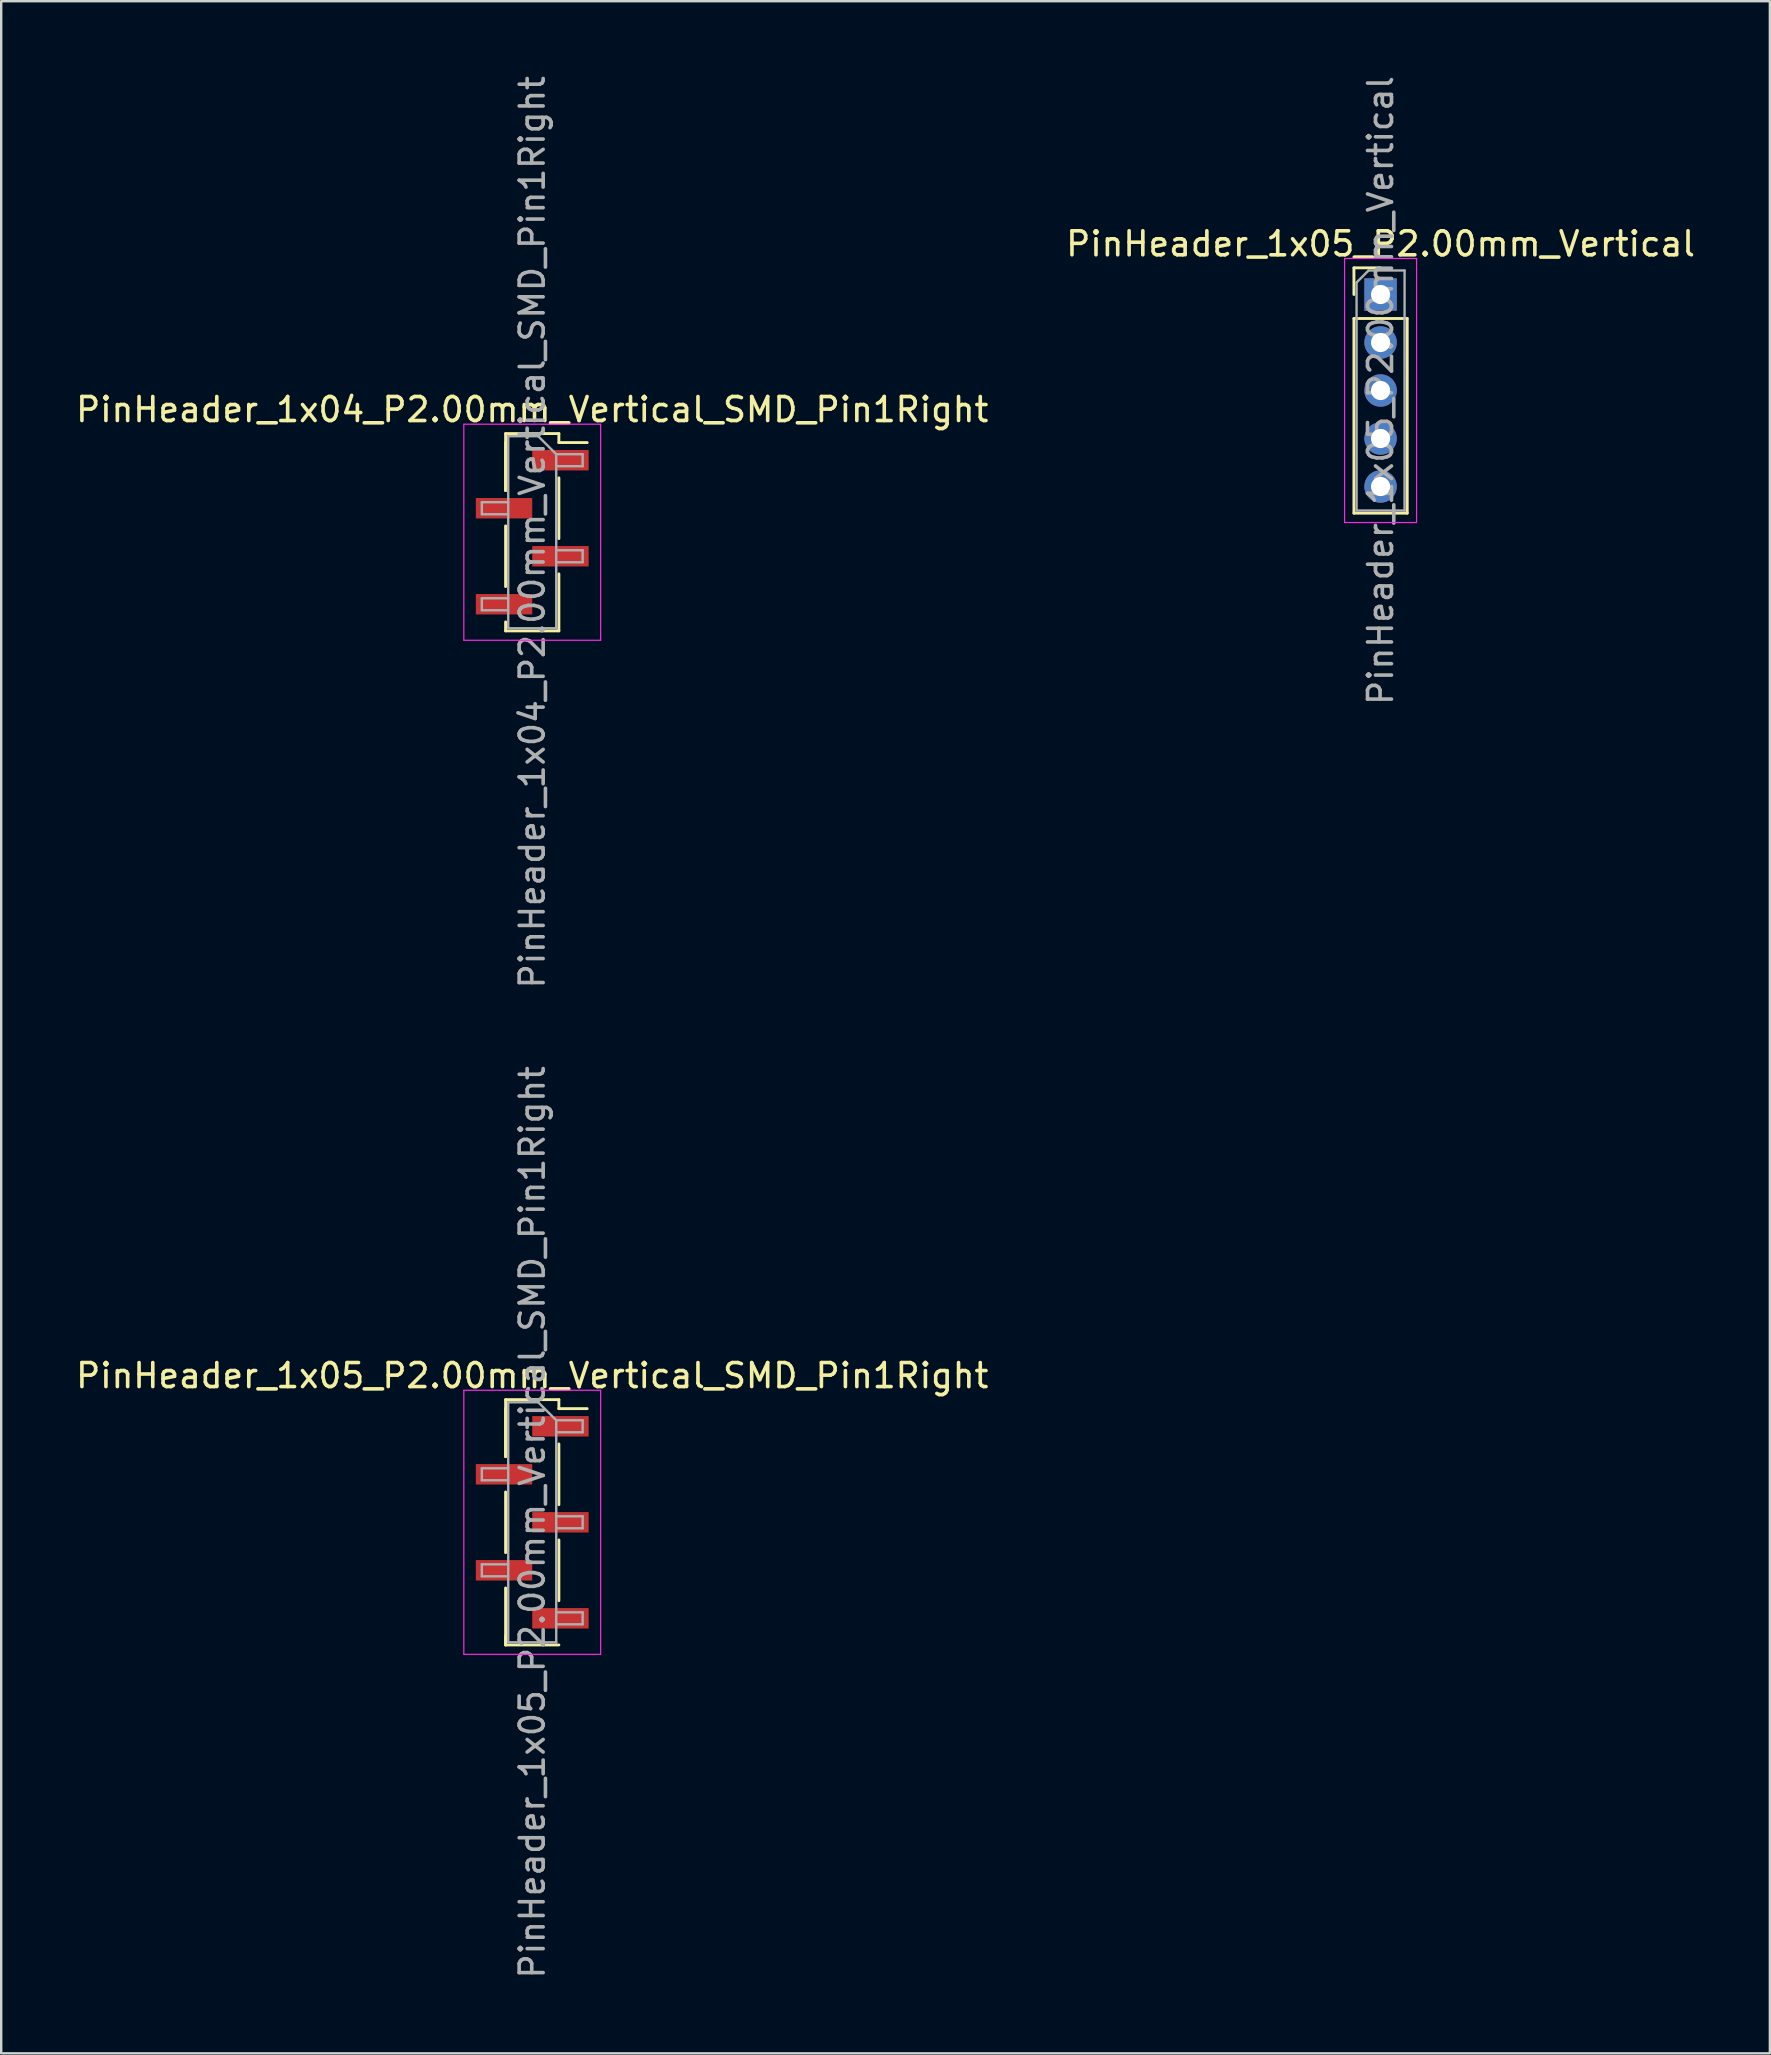
<source format=kicad_pcb>
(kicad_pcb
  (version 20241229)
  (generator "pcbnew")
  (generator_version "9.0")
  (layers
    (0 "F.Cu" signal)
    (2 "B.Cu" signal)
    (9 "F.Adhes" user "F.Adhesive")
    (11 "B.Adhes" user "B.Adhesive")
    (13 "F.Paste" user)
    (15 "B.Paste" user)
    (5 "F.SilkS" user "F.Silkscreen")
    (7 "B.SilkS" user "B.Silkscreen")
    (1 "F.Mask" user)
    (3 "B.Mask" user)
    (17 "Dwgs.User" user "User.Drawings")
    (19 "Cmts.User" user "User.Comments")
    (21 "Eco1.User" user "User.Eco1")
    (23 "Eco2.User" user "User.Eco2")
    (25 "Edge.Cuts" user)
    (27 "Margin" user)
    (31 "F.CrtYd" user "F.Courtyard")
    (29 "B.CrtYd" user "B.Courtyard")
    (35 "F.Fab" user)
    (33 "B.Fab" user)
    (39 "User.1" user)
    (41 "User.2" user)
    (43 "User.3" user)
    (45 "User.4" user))
  (footprint "PinHeader_1x05_P2.00mm_Vertical"
    (layer "F.Cu")
    (at 54.47 9.22)
    (property "Reference" "PinHeader_1x05_P2.00mm_Vertical" (at 0 -2.11 0) (layer "F.SilkS") (effects (font (size 1 1) (thickness 0.15))))
    (attr through_hole)
    (fp_line (start -1.11 -1.11) (end 0 -1.11) (stroke (width 0.12) (type solid)) (layer "F.SilkS"))
    (fp_line (start -1.11 0) (end -1.11 -1.11) (stroke (width 0.12) (type solid)) (layer "F.SilkS"))
    (fp_line (start -1.11 1) (end -1.11 9.11) (stroke (width 0.12) (type solid)) (layer "F.SilkS"))
    (fp_line (start -1.11 1) (end 1.11 1) (stroke (width 0.12) (type solid)) (layer "F.SilkS"))
    (fp_line (start -1.11 9.11) (end 1.11 9.11) (stroke (width 0.12) (type solid)) (layer "F.SilkS"))
    (fp_line (start 1.11 1) (end 1.11 9.11) (stroke (width 0.12) (type solid)) (layer "F.SilkS"))
    (fp_line (start -1.5 -1.5) (end -1.5 9.5) (stroke (width 0.05) (type solid)) (layer "F.CrtYd"))
    (fp_line (start -1.5 9.5) (end 1.5 9.5) (stroke (width 0.05) (type solid)) (layer "F.CrtYd"))
    (fp_line (start 1.5 -1.5) (end -1.5 -1.5) (stroke (width 0.05) (type solid)) (layer "F.CrtYd"))
    (fp_line (start 1.5 9.5) (end 1.5 -1.5) (stroke (width 0.05) (type solid)) (layer "F.CrtYd"))
    (fp_line (start -1 -0.5) (end -0.5 -1) (stroke (width 0.1) (type solid)) (layer "F.Fab"))
    (fp_line (start -1 9) (end -1 -0.5) (stroke (width 0.1) (type solid)) (layer "F.Fab"))
    (fp_line (start -0.5 -1) (end 1 -1) (stroke (width 0.1) (type solid)) (layer "F.Fab"))
    (fp_line (start 1 -1) (end 1 9) (stroke (width 0.1) (type solid)) (layer "F.Fab"))
    (fp_line (start 1 9) (end -1 9) (stroke (width 0.1) (type solid)) (layer "F.Fab"))
    (fp_text user "${REFERENCE}" (at 0 4 90) (layer "F.Fab") (effects (font (size 1 1) (thickness 0.15))))
    (pad "1" thru_hole rect (at 0 0) (size 1.35 1.35) (drill 0.8) (layers "*.Cu" "*.Mask"))
    (pad "2" thru_hole circle (at 0 2) (size 1.35 1.35) (drill 0.8) (layers "*.Cu" "*.Mask"))
    (pad "3" thru_hole circle (at 0 4) (size 1.35 1.35) (drill 0.8) (layers "*.Cu" "*.Mask"))
    (pad "4" thru_hole circle (at 0 6) (size 1.35 1.35) (drill 0.8) (layers "*.Cu" "*.Mask"))
    (pad "5" thru_hole circle (at 0 8) (size 1.35 1.35) (drill 0.8) (layers "*.Cu" "*.Mask")))
  (footprint "PinHeader_1x05_P2.00mm_Vertical_SMD_Pin1Right"
    (layer "F.Cu")
    (at 19.125 60.375)
    (property "Reference" "PinHeader_1x05_P2.00mm_Vertical_SMD_Pin1Right" (at 0 -6.11 0) (layer "F.SilkS") (effects (font (size 1 1) (thickness 0.15))))
    (attr smd)
    (fp_line (start -1.11 -5.11) (end -1.11 -2.735) (stroke (width 0.12) (type solid)) (layer "F.SilkS"))
    (fp_line (start -1.11 -5.11) (end 1.11 -5.11) (stroke (width 0.12) (type solid)) (layer "F.SilkS"))
    (fp_line (start -1.11 -4.735) (end -1.11 -2.735) (stroke (width 0.12) (type solid)) (layer "F.SilkS"))
    (fp_line (start -1.11 -1.265) (end -1.11 1.265) (stroke (width 0.12) (type solid)) (layer "F.SilkS"))
    (fp_line (start -1.11 2.735) (end -1.11 5.11) (stroke (width 0.12) (type solid)) (layer "F.SilkS"))
    (fp_line (start -1.11 4.735) (end -1.11 5.11) (stroke (width 0.12) (type solid)) (layer "F.SilkS"))
    (fp_line (start -1.11 5.11) (end 1.11 5.11) (stroke (width 0.12) (type solid)) (layer "F.SilkS"))
    (fp_line (start 1.11 -5.11) (end 1.11 -4.735) (stroke (width 0.12) (type solid)) (layer "F.SilkS"))
    (fp_line (start 1.11 -4.735) (end 2.29 -4.735) (stroke (width 0.12) (type solid)) (layer "F.SilkS"))
    (fp_line (start 1.11 -3.265) (end 1.11 -0.735) (stroke (width 0.12) (type solid)) (layer "F.SilkS"))
    (fp_line (start 1.11 0.735) (end 1.11 3.265) (stroke (width 0.12) (type solid)) (layer "F.SilkS"))
    (fp_line (start -2.85 -5.5) (end -2.85 5.5) (stroke (width 0.05) (type solid)) (layer "F.CrtYd"))
    (fp_line (start -2.85 5.5) (end 2.85 5.5) (stroke (width 0.05) (type solid)) (layer "F.CrtYd"))
    (fp_line (start 2.85 -5.5) (end -2.85 -5.5) (stroke (width 0.05) (type solid)) (layer "F.CrtYd"))
    (fp_line (start 2.85 5.5) (end 2.85 -5.5) (stroke (width 0.05) (type solid)) (layer "F.CrtYd"))
    (fp_line (start -2.1 -2.25) (end -2.1 -1.75) (stroke (width 0.1) (type solid)) (layer "F.Fab"))
    (fp_line (start -2.1 -1.75) (end -1 -1.75) (stroke (width 0.1) (type solid)) (layer "F.Fab"))
    (fp_line (start -2.1 1.75) (end -2.1 2.25) (stroke (width 0.1) (type solid)) (layer "F.Fab"))
    (fp_line (start -2.1 2.25) (end -1 2.25) (stroke (width 0.1) (type solid)) (layer "F.Fab"))
    (fp_line (start -1 -5) (end -1 5) (stroke (width 0.1) (type solid)) (layer "F.Fab"))
    (fp_line (start -1 -5) (end 0.25 -5) (stroke (width 0.1) (type solid)) (layer "F.Fab"))
    (fp_line (start -1 -2.25) (end -2.1 -2.25) (stroke (width 0.1) (type solid)) (layer "F.Fab"))
    (fp_line (start -1 1.75) (end -2.1 1.75) (stroke (width 0.1) (type solid)) (layer "F.Fab"))
    (fp_line (start 1 -4.25) (end 0.25 -5) (stroke (width 0.1) (type solid)) (layer "F.Fab"))
    (fp_line (start 1 -4.25) (end 2.1 -4.25) (stroke (width 0.1) (type solid)) (layer "F.Fab"))
    (fp_line (start 1 -0.25) (end 2.1 -0.25) (stroke (width 0.1) (type solid)) (layer "F.Fab"))
    (fp_line (start 1 3.75) (end 2.1 3.75) (stroke (width 0.1) (type solid)) (layer "F.Fab"))
    (fp_line (start 1 5) (end -1 5) (stroke (width 0.1) (type solid)) (layer "F.Fab"))
    (fp_line (start 1 5) (end 1 -4.25) (stroke (width 0.1) (type solid)) (layer "F.Fab"))
    (fp_line (start 2.1 -4.25) (end 2.1 -3.75) (stroke (width 0.1) (type solid)) (layer "F.Fab"))
    (fp_line (start 2.1 -3.75) (end 1 -3.75) (stroke (width 0.1) (type solid)) (layer "F.Fab"))
    (fp_line (start 2.1 -0.25) (end 2.1 0.25) (stroke (width 0.1) (type solid)) (layer "F.Fab"))
    (fp_line (start 2.1 0.25) (end 1 0.25) (stroke (width 0.1) (type solid)) (layer "F.Fab"))
    (fp_line (start 2.1 3.75) (end 2.1 4.25) (stroke (width 0.1) (type solid)) (layer "F.Fab"))
    (fp_line (start 2.1 4.25) (end 1 4.25) (stroke (width 0.1) (type solid)) (layer "F.Fab"))
    (fp_text user "${REFERENCE}" (at 0 0 90) (layer "F.Fab") (effects (font (size 1 1) (thickness 0.15))))
    (pad "1" smd rect (at 1.175 -4) (size 2.35 0.85) (layers "F.Cu" "F.Mask" "F.Paste"))
    (pad "2" smd rect (at -1.175 -2) (size 2.35 0.85) (layers "F.Cu" "F.Mask" "F.Paste"))
    (pad "3" smd rect (at 1.175 0) (size 2.35 0.85) (layers "F.Cu" "F.Mask" "F.Paste"))
    (pad "4" smd rect (at -1.175 2) (size 2.35 0.85) (layers "F.Cu" "F.Mask" "F.Paste"))
    (pad "5" smd rect (at 1.175 4) (size 2.35 0.85) (layers "F.Cu" "F.Mask" "F.Paste")))
  (footprint "PinHeader_1x04_P2.00mm_Vertical_SMD_Pin1Right"
    (layer "F.Cu")
    (at 19.125 19.125)
    (property "Reference" "PinHeader_1x04_P2.00mm_Vertical_SMD_Pin1Right" (at 0 -5.11 0) (layer "F.SilkS") (effects (font (size 1 1) (thickness 0.15))))
    (attr smd)
    (fp_line (start -1.11 -4.11) (end -1.11 -1.735) (stroke (width 0.12) (type solid)) (layer "F.SilkS"))
    (fp_line (start -1.11 -4.11) (end 1.11 -4.11) (stroke (width 0.12) (type solid)) (layer "F.SilkS"))
    (fp_line (start -1.11 -3.735) (end -1.11 -1.735) (stroke (width 0.12) (type solid)) (layer "F.SilkS"))
    (fp_line (start -1.11 -0.265) (end -1.11 2.265) (stroke (width 0.12) (type solid)) (layer "F.SilkS"))
    (fp_line (start -1.11 3.735) (end -1.11 4.11) (stroke (width 0.12) (type solid)) (layer "F.SilkS"))
    (fp_line (start -1.11 4.11) (end 1.11 4.11) (stroke (width 0.12) (type solid)) (layer "F.SilkS"))
    (fp_line (start 1.11 -4.11) (end 1.11 -3.735) (stroke (width 0.12) (type solid)) (layer "F.SilkS"))
    (fp_line (start 1.11 -3.735) (end 2.29 -3.735) (stroke (width 0.12) (type solid)) (layer "F.SilkS"))
    (fp_line (start 1.11 -2.265) (end 1.11 0.265) (stroke (width 0.12) (type solid)) (layer "F.SilkS"))
    (fp_line (start 1.11 1.735) (end 1.11 4.11) (stroke (width 0.12) (type solid)) (layer "F.SilkS"))
    (fp_line (start -2.85 -4.5) (end -2.85 4.5) (stroke (width 0.05) (type solid)) (layer "F.CrtYd"))
    (fp_line (start -2.85 4.5) (end 2.85 4.5) (stroke (width 0.05) (type solid)) (layer "F.CrtYd"))
    (fp_line (start 2.85 -4.5) (end -2.85 -4.5) (stroke (width 0.05) (type solid)) (layer "F.CrtYd"))
    (fp_line (start 2.85 4.5) (end 2.85 -4.5) (stroke (width 0.05) (type solid)) (layer "F.CrtYd"))
    (fp_line (start -2.1 -1.25) (end -2.1 -0.75) (stroke (width 0.1) (type solid)) (layer "F.Fab"))
    (fp_line (start -2.1 -0.75) (end -1 -0.75) (stroke (width 0.1) (type solid)) (layer "F.Fab"))
    (fp_line (start -2.1 2.75) (end -2.1 3.25) (stroke (width 0.1) (type solid)) (layer "F.Fab"))
    (fp_line (start -2.1 3.25) (end -1 3.25) (stroke (width 0.1) (type solid)) (layer "F.Fab"))
    (fp_line (start -1 -4) (end -1 4) (stroke (width 0.1) (type solid)) (layer "F.Fab"))
    (fp_line (start -1 -4) (end 0.25 -4) (stroke (width 0.1) (type solid)) (layer "F.Fab"))
    (fp_line (start -1 -1.25) (end -2.1 -1.25) (stroke (width 0.1) (type solid)) (layer "F.Fab"))
    (fp_line (start -1 2.75) (end -2.1 2.75) (stroke (width 0.1) (type solid)) (layer "F.Fab"))
    (fp_line (start 1 -3.25) (end 0.25 -4) (stroke (width 0.1) (type solid)) (layer "F.Fab"))
    (fp_line (start 1 -3.25) (end 2.1 -3.25) (stroke (width 0.1) (type solid)) (layer "F.Fab"))
    (fp_line (start 1 0.75) (end 2.1 0.75) (stroke (width 0.1) (type solid)) (layer "F.Fab"))
    (fp_line (start 1 4) (end -1 4) (stroke (width 0.1) (type solid)) (layer "F.Fab"))
    (fp_line (start 1 4) (end 1 -3.25) (stroke (width 0.1) (type solid)) (layer "F.Fab"))
    (fp_line (start 2.1 -3.25) (end 2.1 -2.75) (stroke (width 0.1) (type solid)) (layer "F.Fab"))
    (fp_line (start 2.1 -2.75) (end 1 -2.75) (stroke (width 0.1) (type solid)) (layer "F.Fab"))
    (fp_line (start 2.1 0.75) (end 2.1 1.25) (stroke (width 0.1) (type solid)) (layer "F.Fab"))
    (fp_line (start 2.1 1.25) (end 1 1.25) (stroke (width 0.1) (type solid)) (layer "F.Fab"))
    (fp_text user "${REFERENCE}" (at 0 0 90) (layer "F.Fab") (effects (font (size 1 1) (thickness 0.15))))
    (pad "1" smd rect (at 1.175 -3) (size 2.35 0.85) (layers "F.Cu" "F.Mask" "F.Paste"))
    (pad "2" smd rect (at -1.175 -1) (size 2.35 0.85) (layers "F.Cu" "F.Mask" "F.Paste"))
    (pad "3" smd rect (at 1.175 1) (size 2.35 0.85) (layers "F.Cu" "F.Mask" "F.Paste"))
    (pad "4" smd rect (at -1.175 3) (size 2.35 0.85) (layers "F.Cu" "F.Mask" "F.Paste")))
  (gr_rect
    (start -3 -3)
    (end 70.69 82.5)
    (stroke (width 0.1) (type default))
    (fill no)
    (layer "Edge.Cuts")))
</source>
